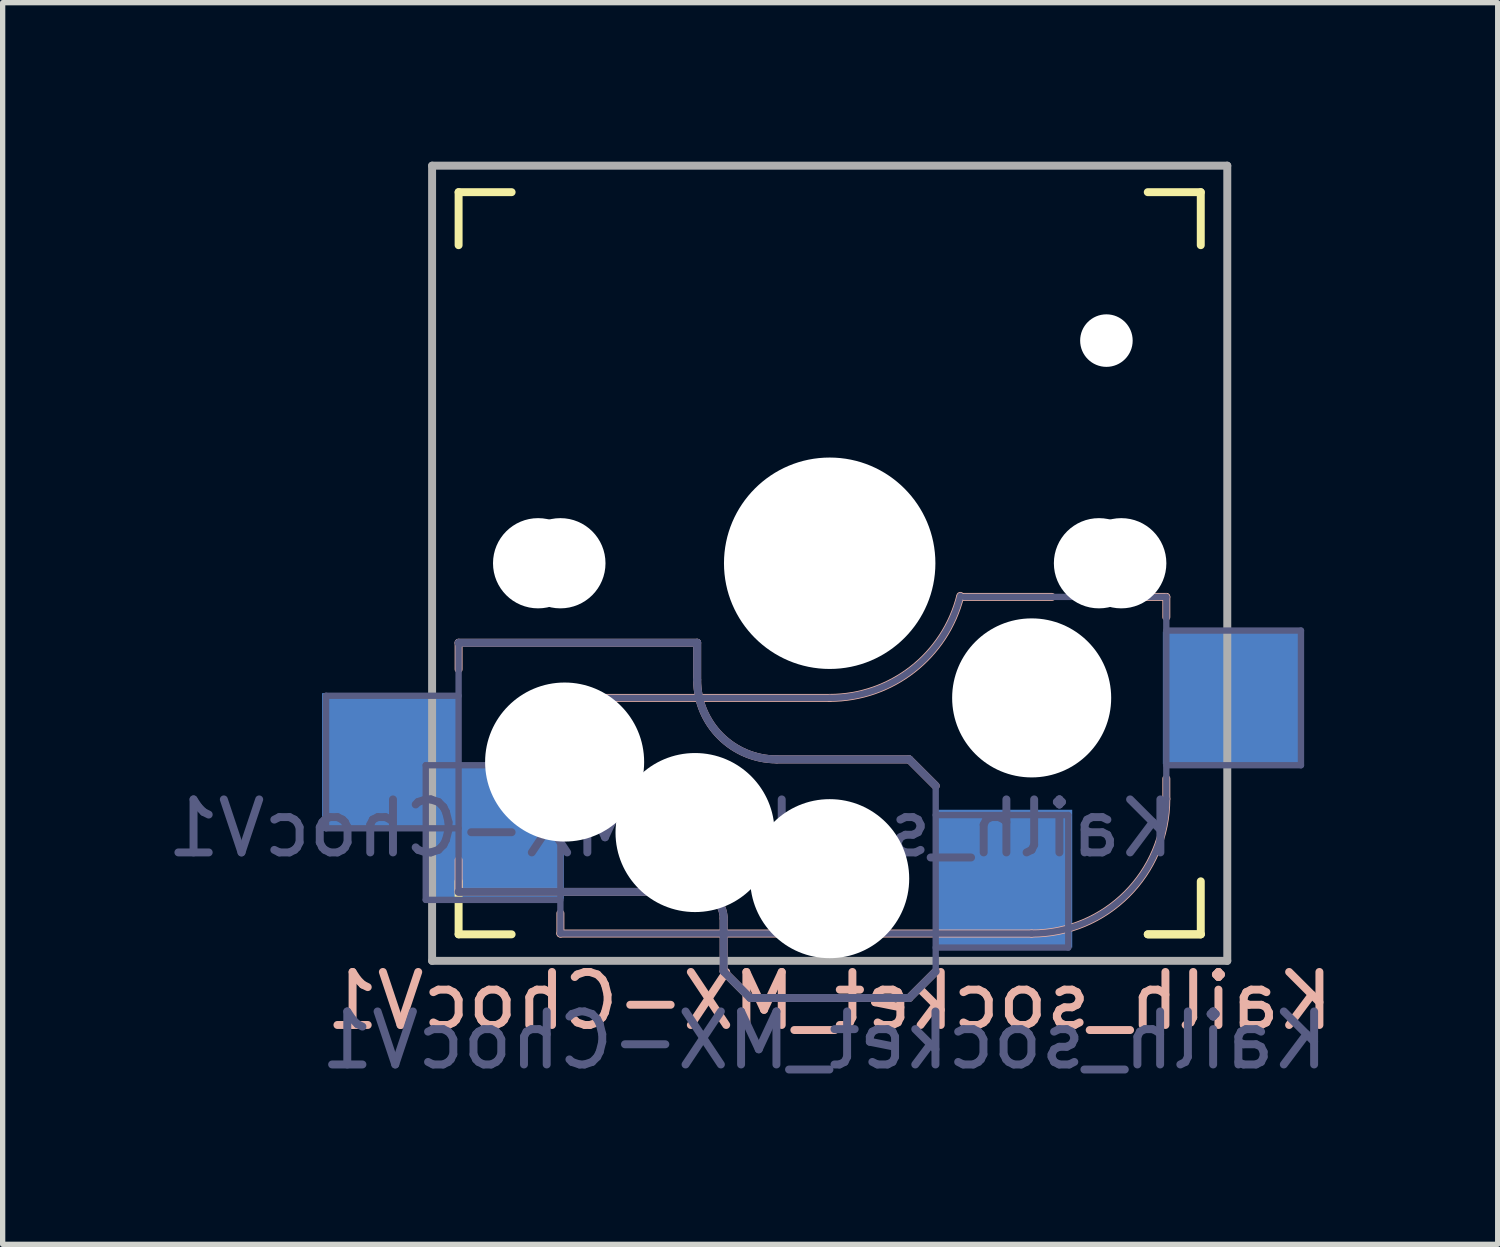
<source format=kicad_pcb>
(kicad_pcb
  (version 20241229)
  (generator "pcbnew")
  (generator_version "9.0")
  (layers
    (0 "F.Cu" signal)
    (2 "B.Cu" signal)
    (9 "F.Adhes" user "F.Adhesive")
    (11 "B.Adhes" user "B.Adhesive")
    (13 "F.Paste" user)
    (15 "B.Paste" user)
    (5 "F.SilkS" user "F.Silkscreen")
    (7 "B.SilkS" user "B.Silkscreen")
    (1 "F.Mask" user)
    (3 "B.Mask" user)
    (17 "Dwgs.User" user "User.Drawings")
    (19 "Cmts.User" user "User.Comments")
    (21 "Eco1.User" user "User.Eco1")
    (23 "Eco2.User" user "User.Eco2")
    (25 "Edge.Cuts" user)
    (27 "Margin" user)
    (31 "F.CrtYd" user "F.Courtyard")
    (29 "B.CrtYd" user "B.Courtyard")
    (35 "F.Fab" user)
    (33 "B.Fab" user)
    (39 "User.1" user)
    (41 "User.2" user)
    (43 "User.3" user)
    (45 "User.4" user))
  (footprint "Kailh_socket_MX-ChocV1"
    (layer "F.Cu")
    (at 12.601 7.575)
    (property "Reference" "Kailh_socket_MX-ChocV1" (at 0 8.255 180) (layer "B.SilkS") (effects (font (size 1 1) (thickness 0.15)) (justify mirror)))
    (property "Value" "Kailh_socket_MX-ChocV1" (at 0 -8.255 180) (layer "F.Fab") (hide yes) (effects (font (size 1 1) (thickness 0.15))))
    (attr smd)
    (fp_line (start -7 -6) (end -7 -7) (stroke (width 0.15) (type solid)) (layer "F.SilkS"))
    (fp_line (start -7 7) (end -7 6) (stroke (width 0.15) (type solid)) (layer "F.SilkS"))
    (fp_line (start -7 7) (end -6 7) (stroke (width 0.15) (type solid)) (layer "F.SilkS"))
    (fp_line (start -6 -7) (end -7 -7) (stroke (width 0.15) (type solid)) (layer "F.SilkS"))
    (fp_line (start 6 7) (end 7 7) (stroke (width 0.15) (type solid)) (layer "F.SilkS"))
    (fp_line (start 7 -7) (end 6 -7) (stroke (width 0.15) (type solid)) (layer "F.SilkS"))
    (fp_line (start 7 -7) (end 7 -6) (stroke (width 0.15) (type solid)) (layer "F.SilkS"))
    (fp_line (start 7 6) (end 7 7) (stroke (width 0.15) (type solid)) (layer "F.SilkS"))
    (fp_line (start 7 7) (end 6 7) (stroke (width 0.15) (type solid)) (layer "F.SilkS"))
    (fp_line (start -7 1.5) (end -7 2) (stroke (width 0.15) (type solid)) (layer "B.SilkS"))
    (fp_line (start -7 5.6) (end -7 6.2) (stroke (width 0.15) (type solid)) (layer "B.SilkS"))
    (fp_line (start -7 6.2) (end -2.5 6.2) (stroke (width 0.15) (type solid)) (layer "B.SilkS"))
    (fp_line (start -5.08 2.54) (end 0 2.54) (stroke (width 0.15) (type solid)) (layer "B.SilkS"))
    (fp_line (start -5.08 3.556) (end -5.08 2.54) (stroke (width 0.15) (type solid)) (layer "B.SilkS"))
    (fp_line (start -5.08 6.985) (end -5.08 6.604) (stroke (width 0.15) (type solid)) (layer "B.SilkS"))
    (fp_line (start -2.5 1.5) (end -7 1.5) (stroke (width 0.15) (type solid)) (layer "B.SilkS"))
    (fp_line (start -2.5 2.2) (end -2.5 1.5) (stroke (width 0.15) (type solid)) (layer "B.SilkS"))
    (fp_line (start -2 6.7) (end -2 7.7) (stroke (width 0.15) (type solid)) (layer "B.SilkS"))
    (fp_line (start -1.5 8.2) (end -2 7.7) (stroke (width 0.15) (type solid)) (layer "B.SilkS"))
    (fp_line (start 1.5 3.7) (end -1 3.7) (stroke (width 0.15) (type solid)) (layer "B.SilkS"))
    (fp_line (start 1.5 8.2) (end -1.5 8.2) (stroke (width 0.15) (type solid)) (layer "B.SilkS"))
    (fp_line (start 2 4.2) (end 1.5 3.7) (stroke (width 0.15) (type solid)) (layer "B.SilkS"))
    (fp_line (start 2 7.7) (end 1.5 8.2) (stroke (width 0.15) (type solid)) (layer "B.SilkS"))
    (fp_line (start 2.464 0.635) (end 4.191 0.635) (stroke (width 0.15) (type solid)) (layer "B.SilkS"))
    (fp_line (start 3.81 6.985) (end -5.08 6.985) (stroke (width 0.15) (type solid)) (layer "B.SilkS"))
    (fp_line (start 5.969 0.635) (end 6.35 0.635) (stroke (width 0.15) (type solid)) (layer "B.SilkS"))
    (fp_line (start 6.35 1.016) (end 6.35 0.635) (stroke (width 0.15) (type solid)) (layer "B.SilkS"))
    (fp_line (start 6.35 4.445) (end 6.35 4.064) (stroke (width 0.15) (type solid)) (layer "B.SilkS"))
    (fp_arc (start -2.5 6.2) (mid -2.146447 6.346447) (end -2 6.7) (stroke (width 0.15) (type solid)) (layer "B.SilkS"))
    (fp_arc (start -1 3.7) (mid -2.06066 3.26066) (end -2.5 2.2) (stroke (width 0.15) (type solid)) (layer "B.SilkS"))
    (fp_arc (start 2.464162 0.61604) (mid 1.563147 2.002042) (end 0 2.54) (stroke (width 0.15) (type solid)) (layer "B.SilkS"))
    (fp_arc (start 6.35 4.445) (mid 5.606051 6.241051) (end 3.81 6.985) (stroke (width 0.15) (type solid)) (layer "B.SilkS"))
    (fp_line (start -6.9 6.9) (end -6.9 -6.9) (stroke (width 0.15) (type solid)) (layer "Eco2.User"))
    (fp_line (start -6.9 6.9) (end 6.9 6.9) (stroke (width 0.15) (type solid)) (layer "Eco2.User"))
    (fp_line (start -2.6 -3.1) (end -2.6 -6.3) (stroke (width 0.15) (type solid)) (layer "Eco2.User"))
    (fp_line (start -2.6 -3.1) (end 2.6 -3.1) (stroke (width 0.15) (type solid)) (layer "Eco2.User"))
    (fp_line (start 2.6 -6.3) (end -2.6 -6.3) (stroke (width 0.15) (type solid)) (layer "Eco2.User"))
    (fp_line (start 2.6 -3.1) (end 2.6 -6.3) (stroke (width 0.15) (type solid)) (layer "Eco2.User"))
    (fp_line (start 6.9 -6.9) (end -6.9 -6.9) (stroke (width 0.15) (type solid)) (layer "Eco2.User"))
    (fp_line (start 6.9 -6.9) (end 6.9 6.9) (stroke (width 0.15) (type solid)) (layer "Eco2.User"))
    (fp_line (start -9.5 2.5) (end -7 2.5) (stroke (width 0.12) (type solid)) (layer "B.Fab"))
    (fp_line (start -9.5 5) (end -9.5 2.5) (stroke (width 0.12) (type solid)) (layer "B.Fab"))
    (fp_line (start -7.62 3.81) (end -5.08 3.81) (stroke (width 0.12) (type solid)) (layer "B.Fab"))
    (fp_line (start -7.62 6.35) (end -7.62 3.81) (stroke (width 0.12) (type solid)) (layer "B.Fab"))
    (fp_line (start -7 1.5) (end -7 6.2) (stroke (width 0.12) (type solid)) (layer "B.Fab"))
    (fp_line (start -7 5) (end -9.5 5) (stroke (width 0.12) (type solid)) (layer "B.Fab"))
    (fp_line (start -7 6.2) (end -2.5 6.2) (stroke (width 0.15) (type solid)) (layer "B.Fab"))
    (fp_line (start -5.08 2.54) (end 0 2.54) (stroke (width 0.12) (type solid)) (layer "B.Fab"))
    (fp_line (start -5.08 6.35) (end -7.62 6.35) (stroke (width 0.12) (type solid)) (layer "B.Fab"))
    (fp_line (start -5.08 6.985) (end -5.08 2.54) (stroke (width 0.12) (type solid)) (layer "B.Fab"))
    (fp_line (start -2.5 1.5) (end -7 1.5) (stroke (width 0.15) (type solid)) (layer "B.Fab"))
    (fp_line (start -2.5 2.2) (end -2.5 1.5) (stroke (width 0.15) (type solid)) (layer "B.Fab"))
    (fp_line (start -2 6.7) (end -2 7.7) (stroke (width 0.15) (type solid)) (layer "B.Fab"))
    (fp_line (start -1.5 8.2) (end -2 7.7) (stroke (width 0.15) (type solid)) (layer "B.Fab"))
    (fp_line (start 1.5 3.7) (end -1 3.7) (stroke (width 0.15) (type solid)) (layer "B.Fab"))
    (fp_line (start 1.5 8.2) (end -1.5 8.2) (stroke (width 0.15) (type solid)) (layer "B.Fab"))
    (fp_line (start 2 4.2) (end 1.5 3.7) (stroke (width 0.15) (type solid)) (layer "B.Fab"))
    (fp_line (start 2 4.25) (end 2 7.7) (stroke (width 0.12) (type solid)) (layer "B.Fab"))
    (fp_line (start 2 4.75) (end 4.5 4.75) (stroke (width 0.12) (type solid)) (layer "B.Fab"))
    (fp_line (start 2 7.7) (end 1.5 8.2) (stroke (width 0.15) (type solid)) (layer "B.Fab"))
    (fp_line (start 3.81 6.985) (end -5.08 6.985) (stroke (width 0.12) (type solid)) (layer "B.Fab"))
    (fp_line (start 4.5 4.75) (end 4.5 7.25) (stroke (width 0.12) (type solid)) (layer "B.Fab"))
    (fp_line (start 4.5 7.25) (end 2 7.25) (stroke (width 0.12) (type solid)) (layer "B.Fab"))
    (fp_line (start 6.35 0.635) (end 2.54 0.635) (stroke (width 0.12) (type solid)) (layer "B.Fab"))
    (fp_line (start 6.35 0.635) (end 6.35 4.445) (stroke (width 0.12) (type solid)) (layer "B.Fab"))
    (fp_line (start 6.35 1.27) (end 8.89 1.27) (stroke (width 0.12) (type solid)) (layer "B.Fab"))
    (fp_line (start 8.89 1.27) (end 8.89 3.81) (stroke (width 0.12) (type solid)) (layer "B.Fab"))
    (fp_line (start 8.89 3.81) (end 6.35 3.81) (stroke (width 0.12) (type solid)) (layer "B.Fab"))
    (fp_arc (start -2.5 6.2) (mid -2.146447 6.346447) (end -2 6.7) (stroke (width 0.15) (type solid)) (layer "B.Fab"))
    (fp_arc (start -1 3.7) (mid -2.06066 3.26066) (end -2.5 2.2) (stroke (width 0.15) (type solid)) (layer "B.Fab"))
    (fp_arc (start 2.464162 0.61604) (mid 1.563147 2.002042) (end 0 2.54) (stroke (width 0.12) (type solid)) (layer "B.Fab"))
    (fp_arc (start 6.35 4.445) (mid 5.606051 6.241051) (end 3.81 6.985) (stroke (width 0.12) (type solid)) (layer "B.Fab"))
    (fp_line (start -7.5 -7.5) (end 7.5 -7.5) (stroke (width 0.15) (type solid)) (layer "F.Fab"))
    (fp_line (start -7.5 7.5) (end -7.5 -7.5) (stroke (width 0.15) (type solid)) (layer "F.Fab"))
    (fp_line (start 7.5 -7.5) (end 7.5 7.5) (stroke (width 0.15) (type solid)) (layer "F.Fab"))
    (fp_line (start 7.5 7.5) (end -7.5 7.5) (stroke (width 0.15) (type solid)) (layer "F.Fab"))
    (fp_text user "${REFERENCE}" (at -3 5 0) (layer "B.Fab") (effects (font (size 1 1) (thickness 0.15)) (justify mirror)))
    (fp_text user "${VALUE}" (at -0.1 9 0) (layer "B.Fab") (effects (font (size 1 1) (thickness 0.15)) (justify mirror)))
    (pad "" np_thru_hole circle (at -5.5 0) (size 1.702 1.702) (drill 1.702) (layers "*.Cu" "*.Mask"))
    (pad "" np_thru_hole circle (at -5.08 0 180) (size 1.702 1.702) (drill 1.702) (layers "*.Cu" "*.Mask"))
    (pad "" np_thru_hole circle (at -5 3.75) (size 3 3) (drill 3) (layers "*.Cu" "*.Mask"))
    (pad "" np_thru_hole circle (at -2.54 5.08 180) (size 3 3) (drill 3) (layers "*.Cu" "*.Mask"))
    (pad "" np_thru_hole circle (at 0 0) (size 3.429 3.429) (drill 3.429) (layers "*.Cu" "*.Mask"))
    (pad "" np_thru_hole circle (at 0 0 180) (size 3.988 3.988) (drill 3.988) (layers "*.Cu" "*.Mask"))
    (pad "" np_thru_hole circle (at 0 5.95) (size 3 3) (drill 3) (layers "*.Cu" "*.Mask"))
    (pad "" np_thru_hole circle (at 3.81 2.54 180) (size 3 3) (drill 3) (layers "*.Cu" "*.Mask"))
    (pad "" np_thru_hole circle (at 5.08 0 180) (size 1.702 1.702) (drill 1.702) (layers "*.Cu" "*.Mask"))
    (pad "" np_thru_hole circle (at 5.22 -4.2) (size 0.991 0.991) (drill 0.991) (layers "*.Cu" "*.Mask"))
    (pad "" np_thru_hole circle (at 5.5 0) (size 1.702 1.702) (drill 1.702) (layers "*.Cu" "*.Mask"))
    (pad "1" smd rect (at -8.275 3.75) (size 2.6 2.6) (layers "B.Cu" "B.Mask" "B.Paste"))
    (pad "1" smd rect (at -6.29 5.08 180) (size 2.55 2.5) (layers "B.Cu" "B.Mask" "B.Paste"))
    (pad "2" smd rect (at 3.275 5.95) (size 2.6 2.6) (layers "B.Cu" "B.Mask" "B.Paste"))
    (pad "2" smd rect (at 7.56 2.54 180) (size 2.55 2.5) (layers "B.Cu" "B.Mask" "B.Paste")))
  (gr_rect
    (start -3 -3)
    (end 25.202 20.423)
    (stroke (width 0.1) (type default))
    (fill no)
    (layer "Edge.Cuts")))
</source>
